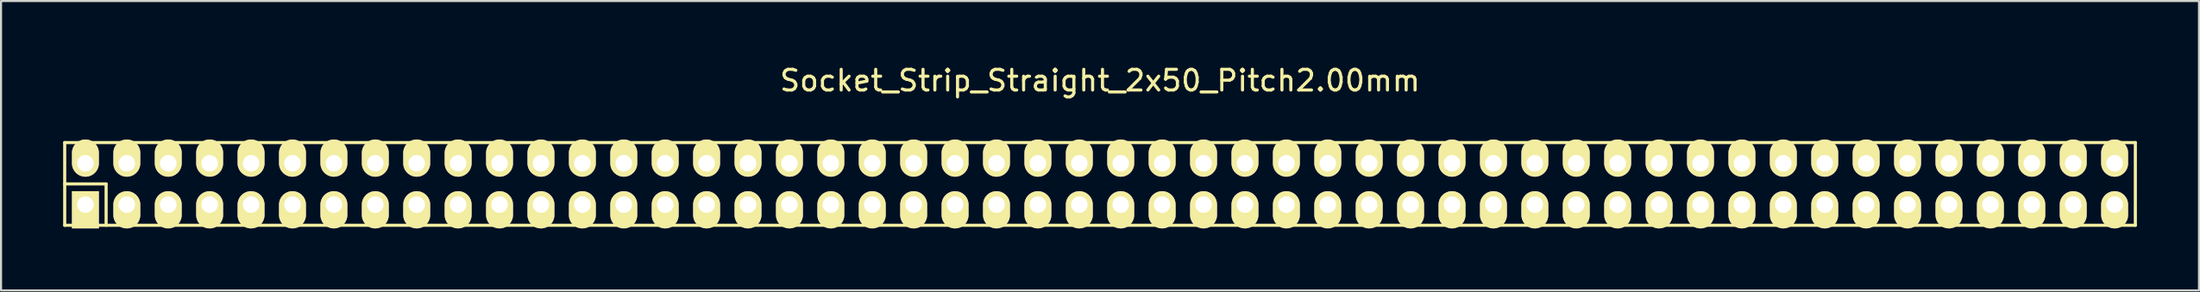
<source format=kicad_pcb>
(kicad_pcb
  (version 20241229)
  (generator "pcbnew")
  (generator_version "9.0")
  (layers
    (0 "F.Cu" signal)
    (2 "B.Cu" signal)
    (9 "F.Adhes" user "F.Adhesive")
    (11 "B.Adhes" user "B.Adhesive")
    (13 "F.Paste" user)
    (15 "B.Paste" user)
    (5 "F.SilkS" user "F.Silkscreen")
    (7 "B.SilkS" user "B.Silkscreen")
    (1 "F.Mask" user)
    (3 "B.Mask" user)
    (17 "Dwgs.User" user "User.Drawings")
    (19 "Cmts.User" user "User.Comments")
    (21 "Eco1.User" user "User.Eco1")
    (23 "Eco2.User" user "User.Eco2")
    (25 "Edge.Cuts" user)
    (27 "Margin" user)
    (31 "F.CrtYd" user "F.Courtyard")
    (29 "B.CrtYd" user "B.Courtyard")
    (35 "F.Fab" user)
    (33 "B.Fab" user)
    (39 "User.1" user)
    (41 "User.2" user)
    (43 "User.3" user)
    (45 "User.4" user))
  (footprint "Socket_Strip_Straight_2x50_Pitch2.00mm"
    (layer "F.Cu")
    (at 50.075 5.848)
    (property "Reference" "Socket_Strip_Straight_2x50_Pitch2.00mm" (at 0 -5 0) (layer "F.SilkS") (effects (font (size 1 1) (thickness 0.15))))
    (attr through_hole)
    (fp_line (start -50 -2) (end 50 -2) (stroke (width 0.15) (type solid)) (layer "F.SilkS"))
    (fp_line (start -50 0) (end -48 0) (stroke (width 0.15) (type solid)) (layer "F.SilkS"))
    (fp_line (start -50 2) (end -50 -2) (stroke (width 0.15) (type solid)) (layer "F.SilkS"))
    (fp_line (start -48 0) (end -48 2) (stroke (width 0.15) (type solid)) (layer "F.SilkS"))
    (fp_line (start 50 -2) (end 50 2) (stroke (width 0.15) (type solid)) (layer "F.SilkS"))
    (fp_line (start 50 2) (end -50 2) (stroke (width 0.15) (type solid)) (layer "F.SilkS"))
    (pad "1" thru_hole rect (at -49 1) (size 1.3 1.8) (drill 0.8 (offset 0 0.25)) (layers "*.Cu" "*.Mask" "F.SilkS"))
    (pad "2" thru_hole oval (at -49 -1) (size 1.3 1.8) (drill 0.8 (offset 0 -0.25)) (layers "*.Cu" "*.Mask" "F.SilkS"))
    (pad "3" thru_hole oval (at -47 1) (size 1.3 1.8) (drill 0.8 (offset 0 0.25)) (layers "*.Cu" "*.Mask" "F.SilkS"))
    (pad "4" thru_hole oval (at -47 -1) (size 1.3 1.8) (drill 0.8 (offset 0 -0.25)) (layers "*.Cu" "*.Mask" "F.SilkS"))
    (pad "5" thru_hole oval (at -45 1) (size 1.3 1.8) (drill 0.8 (offset 0 0.25)) (layers "*.Cu" "*.Mask" "F.SilkS"))
    (pad "6" thru_hole oval (at -45 -1) (size 1.3 1.8) (drill 0.8 (offset 0 -0.25)) (layers "*.Cu" "*.Mask" "F.SilkS"))
    (pad "7" thru_hole oval (at -43 1) (size 1.3 1.8) (drill 0.8 (offset 0 0.25)) (layers "*.Cu" "*.Mask" "F.SilkS"))
    (pad "8" thru_hole oval (at -43 -1) (size 1.3 1.8) (drill 0.8 (offset 0 -0.25)) (layers "*.Cu" "*.Mask" "F.SilkS"))
    (pad "9" thru_hole oval (at -41 1) (size 1.3 1.8) (drill 0.8 (offset 0 0.25)) (layers "*.Cu" "*.Mask" "F.SilkS"))
    (pad "10" thru_hole oval (at -41 -1) (size 1.3 1.8) (drill 0.8 (offset 0 -0.25)) (layers "*.Cu" "*.Mask" "F.SilkS"))
    (pad "11" thru_hole oval (at -39 1) (size 1.3 1.8) (drill 0.8 (offset 0 0.25)) (layers "*.Cu" "*.Mask" "F.SilkS"))
    (pad "12" thru_hole oval (at -39 -1) (size 1.3 1.8) (drill 0.8 (offset 0 -0.25)) (layers "*.Cu" "*.Mask" "F.SilkS"))
    (pad "13" thru_hole oval (at -37 1) (size 1.3 1.8) (drill 0.8 (offset 0 0.25)) (layers "*.Cu" "*.Mask" "F.SilkS"))
    (pad "14" thru_hole oval (at -37 -1) (size 1.3 1.8) (drill 0.8 (offset 0 -0.25)) (layers "*.Cu" "*.Mask" "F.SilkS"))
    (pad "15" thru_hole oval (at -35 1) (size 1.3 1.8) (drill 0.8 (offset 0 0.25)) (layers "*.Cu" "*.Mask" "F.SilkS"))
    (pad "16" thru_hole oval (at -35 -1) (size 1.3 1.8) (drill 0.8 (offset 0 -0.25)) (layers "*.Cu" "*.Mask" "F.SilkS"))
    (pad "17" thru_hole oval (at -33 1) (size 1.3 1.8) (drill 0.8 (offset 0 0.25)) (layers "*.Cu" "*.Mask" "F.SilkS"))
    (pad "18" thru_hole oval (at -33 -1) (size 1.3 1.8) (drill 0.8 (offset 0 -0.25)) (layers "*.Cu" "*.Mask" "F.SilkS"))
    (pad "19" thru_hole oval (at -31 1) (size 1.3 1.8) (drill 0.8 (offset 0 0.25)) (layers "*.Cu" "*.Mask" "F.SilkS"))
    (pad "20" thru_hole oval (at -31 -1) (size 1.3 1.8) (drill 0.8 (offset 0 -0.25)) (layers "*.Cu" "*.Mask" "F.SilkS"))
    (pad "21" thru_hole oval (at -29 1) (size 1.3 1.8) (drill 0.8 (offset 0 0.25)) (layers "*.Cu" "*.Mask" "F.SilkS"))
    (pad "22" thru_hole oval (at -29 -1) (size 1.3 1.8) (drill 0.8 (offset 0 -0.25)) (layers "*.Cu" "*.Mask" "F.SilkS"))
    (pad "23" thru_hole oval (at -27 1) (size 1.3 1.8) (drill 0.8 (offset 0 0.25)) (layers "*.Cu" "*.Mask" "F.SilkS"))
    (pad "24" thru_hole oval (at -27 -1) (size 1.3 1.8) (drill 0.8 (offset 0 -0.25)) (layers "*.Cu" "*.Mask" "F.SilkS"))
    (pad "25" thru_hole oval (at -25 1) (size 1.3 1.8) (drill 0.8 (offset 0 0.25)) (layers "*.Cu" "*.Mask" "F.SilkS"))
    (pad "26" thru_hole oval (at -25 -1) (size 1.3 1.8) (drill 0.8 (offset 0 -0.25)) (layers "*.Cu" "*.Mask" "F.SilkS"))
    (pad "27" thru_hole oval (at -23 1) (size 1.3 1.8) (drill 0.8 (offset 0 0.25)) (layers "*.Cu" "*.Mask" "F.SilkS"))
    (pad "28" thru_hole oval (at -23 -1) (size 1.3 1.8) (drill 0.8 (offset 0 -0.25)) (layers "*.Cu" "*.Mask" "F.SilkS"))
    (pad "29" thru_hole oval (at -21 1) (size 1.3 1.8) (drill 0.8 (offset 0 0.25)) (layers "*.Cu" "*.Mask" "F.SilkS"))
    (pad "30" thru_hole oval (at -21 -1) (size 1.3 1.8) (drill 0.8 (offset 0 -0.25)) (layers "*.Cu" "*.Mask" "F.SilkS"))
    (pad "31" thru_hole oval (at -19 1) (size 1.3 1.8) (drill 0.8 (offset 0 0.25)) (layers "*.Cu" "*.Mask" "F.SilkS"))
    (pad "32" thru_hole oval (at -19 -1) (size 1.3 1.8) (drill 0.8 (offset 0 -0.25)) (layers "*.Cu" "*.Mask" "F.SilkS"))
    (pad "33" thru_hole oval (at -17 1) (size 1.3 1.8) (drill 0.8 (offset 0 0.25)) (layers "*.Cu" "*.Mask" "F.SilkS"))
    (pad "34" thru_hole oval (at -17 -1) (size 1.3 1.8) (drill 0.8 (offset 0 -0.25)) (layers "*.Cu" "*.Mask" "F.SilkS"))
    (pad "35" thru_hole oval (at -15 1) (size 1.3 1.8) (drill 0.8 (offset 0 0.25)) (layers "*.Cu" "*.Mask" "F.SilkS"))
    (pad "36" thru_hole oval (at -15 -1) (size 1.3 1.8) (drill 0.8 (offset 0 -0.25)) (layers "*.Cu" "*.Mask" "F.SilkS"))
    (pad "37" thru_hole oval (at -13 1) (size 1.3 1.8) (drill 0.8 (offset 0 0.25)) (layers "*.Cu" "*.Mask" "F.SilkS"))
    (pad "38" thru_hole oval (at -13 -1) (size 1.3 1.8) (drill 0.8 (offset 0 -0.25)) (layers "*.Cu" "*.Mask" "F.SilkS"))
    (pad "39" thru_hole oval (at -11 1) (size 1.3 1.8) (drill 0.8 (offset 0 0.25)) (layers "*.Cu" "*.Mask" "F.SilkS"))
    (pad "40" thru_hole oval (at -11 -1) (size 1.3 1.8) (drill 0.8 (offset 0 -0.25)) (layers "*.Cu" "*.Mask" "F.SilkS"))
    (pad "41" thru_hole oval (at -9 1) (size 1.3 1.8) (drill 0.8 (offset 0 0.25)) (layers "*.Cu" "*.Mask" "F.SilkS"))
    (pad "42" thru_hole oval (at -9 -1) (size 1.3 1.8) (drill 0.8 (offset 0 -0.25)) (layers "*.Cu" "*.Mask" "F.SilkS"))
    (pad "43" thru_hole oval (at -7 1) (size 1.3 1.8) (drill 0.8 (offset 0 0.25)) (layers "*.Cu" "*.Mask" "F.SilkS"))
    (pad "44" thru_hole oval (at -7 -1) (size 1.3 1.8) (drill 0.8 (offset 0 -0.25)) (layers "*.Cu" "*.Mask" "F.SilkS"))
    (pad "45" thru_hole oval (at -5 1) (size 1.3 1.8) (drill 0.8 (offset 0 0.25)) (layers "*.Cu" "*.Mask" "F.SilkS"))
    (pad "46" thru_hole oval (at -5 -1) (size 1.3 1.8) (drill 0.8 (offset 0 -0.25)) (layers "*.Cu" "*.Mask" "F.SilkS"))
    (pad "47" thru_hole oval (at -3 1) (size 1.3 1.8) (drill 0.8 (offset 0 0.25)) (layers "*.Cu" "*.Mask" "F.SilkS"))
    (pad "48" thru_hole oval (at -3 -1) (size 1.3 1.8) (drill 0.8 (offset 0 -0.25)) (layers "*.Cu" "*.Mask" "F.SilkS"))
    (pad "49" thru_hole oval (at -1 1) (size 1.3 1.8) (drill 0.8 (offset 0 0.25)) (layers "*.Cu" "*.Mask" "F.SilkS"))
    (pad "50" thru_hole oval (at -1 -1) (size 1.3 1.8) (drill 0.8 (offset 0 -0.25)) (layers "*.Cu" "*.Mask" "F.SilkS"))
    (pad "51" thru_hole oval (at 1 1) (size 1.3 1.8) (drill 0.8 (offset 0 0.25)) (layers "*.Cu" "*.Mask" "F.SilkS"))
    (pad "52" thru_hole oval (at 1 -1) (size 1.3 1.8) (drill 0.8 (offset 0 -0.25)) (layers "*.Cu" "*.Mask" "F.SilkS"))
    (pad "53" thru_hole oval (at 3 1) (size 1.3 1.8) (drill 0.8 (offset 0 0.25)) (layers "*.Cu" "*.Mask" "F.SilkS"))
    (pad "54" thru_hole oval (at 3 -1) (size 1.3 1.8) (drill 0.8 (offset 0 -0.25)) (layers "*.Cu" "*.Mask" "F.SilkS"))
    (pad "55" thru_hole oval (at 5 1) (size 1.3 1.8) (drill 0.8 (offset 0 0.25)) (layers "*.Cu" "*.Mask" "F.SilkS"))
    (pad "56" thru_hole oval (at 5 -1) (size 1.3 1.8) (drill 0.8 (offset 0 -0.25)) (layers "*.Cu" "*.Mask" "F.SilkS"))
    (pad "57" thru_hole oval (at 7 1) (size 1.3 1.8) (drill 0.8 (offset 0 0.25)) (layers "*.Cu" "*.Mask" "F.SilkS"))
    (pad "58" thru_hole oval (at 7 -1) (size 1.3 1.8) (drill 0.8 (offset 0 -0.25)) (layers "*.Cu" "*.Mask" "F.SilkS"))
    (pad "59" thru_hole oval (at 9 1) (size 1.3 1.8) (drill 0.8 (offset 0 0.25)) (layers "*.Cu" "*.Mask" "F.SilkS"))
    (pad "60" thru_hole oval (at 9 -1) (size 1.3 1.8) (drill 0.8 (offset 0 -0.25)) (layers "*.Cu" "*.Mask" "F.SilkS"))
    (pad "61" thru_hole oval (at 11 1) (size 1.3 1.8) (drill 0.8 (offset 0 0.25)) (layers "*.Cu" "*.Mask" "F.SilkS"))
    (pad "62" thru_hole oval (at 11 -1) (size 1.3 1.8) (drill 0.8 (offset 0 -0.25)) (layers "*.Cu" "*.Mask" "F.SilkS"))
    (pad "63" thru_hole oval (at 13 1) (size 1.3 1.8) (drill 0.8 (offset 0 0.25)) (layers "*.Cu" "*.Mask" "F.SilkS"))
    (pad "64" thru_hole oval (at 13 -1) (size 1.3 1.8) (drill 0.8 (offset 0 -0.25)) (layers "*.Cu" "*.Mask" "F.SilkS"))
    (pad "65" thru_hole oval (at 15 1) (size 1.3 1.8) (drill 0.8 (offset 0 0.25)) (layers "*.Cu" "*.Mask" "F.SilkS"))
    (pad "66" thru_hole oval (at 15 -1) (size 1.3 1.8) (drill 0.8 (offset 0 -0.25)) (layers "*.Cu" "*.Mask" "F.SilkS"))
    (pad "67" thru_hole oval (at 17 1) (size 1.3 1.8) (drill 0.8 (offset 0 0.25)) (layers "*.Cu" "*.Mask" "F.SilkS"))
    (pad "68" thru_hole oval (at 17 -1) (size 1.3 1.8) (drill 0.8 (offset 0 -0.25)) (layers "*.Cu" "*.Mask" "F.SilkS"))
    (pad "69" thru_hole oval (at 19 1) (size 1.3 1.8) (drill 0.8 (offset 0 0.25)) (layers "*.Cu" "*.Mask" "F.SilkS"))
    (pad "70" thru_hole oval (at 19 -1) (size 1.3 1.8) (drill 0.8 (offset 0 -0.25)) (layers "*.Cu" "*.Mask" "F.SilkS"))
    (pad "71" thru_hole oval (at 21 1) (size 1.3 1.8) (drill 0.8 (offset 0 0.25)) (layers "*.Cu" "*.Mask" "F.SilkS"))
    (pad "72" thru_hole oval (at 21 -1) (size 1.3 1.8) (drill 0.8 (offset 0 -0.25)) (layers "*.Cu" "*.Mask" "F.SilkS"))
    (pad "73" thru_hole oval (at 23 1) (size 1.3 1.8) (drill 0.8 (offset 0 0.25)) (layers "*.Cu" "*.Mask" "F.SilkS"))
    (pad "74" thru_hole oval (at 23 -1) (size 1.3 1.8) (drill 0.8 (offset 0 -0.25)) (layers "*.Cu" "*.Mask" "F.SilkS"))
    (pad "75" thru_hole oval (at 25 1) (size 1.3 1.8) (drill 0.8 (offset 0 0.25)) (layers "*.Cu" "*.Mask" "F.SilkS"))
    (pad "76" thru_hole oval (at 25 -1) (size 1.3 1.8) (drill 0.8 (offset 0 -0.25)) (layers "*.Cu" "*.Mask" "F.SilkS"))
    (pad "77" thru_hole oval (at 27 1) (size 1.3 1.8) (drill 0.8 (offset 0 0.25)) (layers "*.Cu" "*.Mask" "F.SilkS"))
    (pad "78" thru_hole oval (at 27 -1) (size 1.3 1.8) (drill 0.8 (offset 0 -0.25)) (layers "*.Cu" "*.Mask" "F.SilkS"))
    (pad "79" thru_hole oval (at 29 1) (size 1.3 1.8) (drill 0.8 (offset 0 0.25)) (layers "*.Cu" "*.Mask" "F.SilkS"))
    (pad "80" thru_hole oval (at 29 -1) (size 1.3 1.8) (drill 0.8 (offset 0 -0.25)) (layers "*.Cu" "*.Mask" "F.SilkS"))
    (pad "81" thru_hole oval (at 31 1) (size 1.3 1.8) (drill 0.8 (offset 0 0.25)) (layers "*.Cu" "*.Mask" "F.SilkS"))
    (pad "82" thru_hole oval (at 31 -1) (size 1.3 1.8) (drill 0.8 (offset 0 -0.25)) (layers "*.Cu" "*.Mask" "F.SilkS"))
    (pad "83" thru_hole oval (at 33 1) (size 1.3 1.8) (drill 0.8 (offset 0 0.25)) (layers "*.Cu" "*.Mask" "F.SilkS"))
    (pad "84" thru_hole oval (at 33 -1) (size 1.3 1.8) (drill 0.8 (offset 0 -0.25)) (layers "*.Cu" "*.Mask" "F.SilkS"))
    (pad "85" thru_hole oval (at 35 1) (size 1.3 1.8) (drill 0.8 (offset 0 0.25)) (layers "*.Cu" "*.Mask" "F.SilkS"))
    (pad "86" thru_hole oval (at 35 -1) (size 1.3 1.8) (drill 0.8 (offset 0 -0.25)) (layers "*.Cu" "*.Mask" "F.SilkS"))
    (pad "87" thru_hole oval (at 37 1) (size 1.3 1.8) (drill 0.8 (offset 0 0.25)) (layers "*.Cu" "*.Mask" "F.SilkS"))
    (pad "88" thru_hole oval (at 37 -1) (size 1.3 1.8) (drill 0.8 (offset 0 -0.25)) (layers "*.Cu" "*.Mask" "F.SilkS"))
    (pad "89" thru_hole oval (at 39 1) (size 1.3 1.8) (drill 0.8 (offset 0 0.25)) (layers "*.Cu" "*.Mask" "F.SilkS"))
    (pad "90" thru_hole oval (at 39 -1) (size 1.3 1.8) (drill 0.8 (offset 0 -0.25)) (layers "*.Cu" "*.Mask" "F.SilkS"))
    (pad "91" thru_hole oval (at 41 1) (size 1.3 1.8) (drill 0.8 (offset 0 0.25)) (layers "*.Cu" "*.Mask" "F.SilkS"))
    (pad "92" thru_hole oval (at 41 -1) (size 1.3 1.8) (drill 0.8 (offset 0 -0.25)) (layers "*.Cu" "*.Mask" "F.SilkS"))
    (pad "93" thru_hole oval (at 43 1) (size 1.3 1.8) (drill 0.8 (offset 0 0.25)) (layers "*.Cu" "*.Mask" "F.SilkS"))
    (pad "94" thru_hole oval (at 43 -1) (size 1.3 1.8) (drill 0.8 (offset 0 -0.25)) (layers "*.Cu" "*.Mask" "F.SilkS"))
    (pad "95" thru_hole oval (at 45 1) (size 1.3 1.8) (drill 0.8 (offset 0 0.25)) (layers "*.Cu" "*.Mask" "F.SilkS"))
    (pad "96" thru_hole oval (at 45 -1) (size 1.3 1.8) (drill 0.8 (offset 0 -0.25)) (layers "*.Cu" "*.Mask" "F.SilkS"))
    (pad "97" thru_hole oval (at 47 1) (size 1.3 1.8) (drill 0.8 (offset 0 0.25)) (layers "*.Cu" "*.Mask" "F.SilkS"))
    (pad "98" thru_hole oval (at 47 -1) (size 1.3 1.8) (drill 0.8 (offset 0 -0.25)) (layers "*.Cu" "*.Mask" "F.SilkS"))
    (pad "99" thru_hole oval (at 49 1) (size 1.3 1.8) (drill 0.8 (offset 0 0.25)) (layers "*.Cu" "*.Mask" "F.SilkS"))
    (pad "100" thru_hole oval (at 49 -1) (size 1.3 1.8) (drill 0.8 (offset 0 -0.25)) (layers "*.Cu" "*.Mask" "F.SilkS")))
  (gr_rect
    (start -3 -3)
    (end 103.15 10.998)
    (stroke (width 0.1) (type default))
    (fill no)
    (layer "Edge.Cuts")))
</source>
